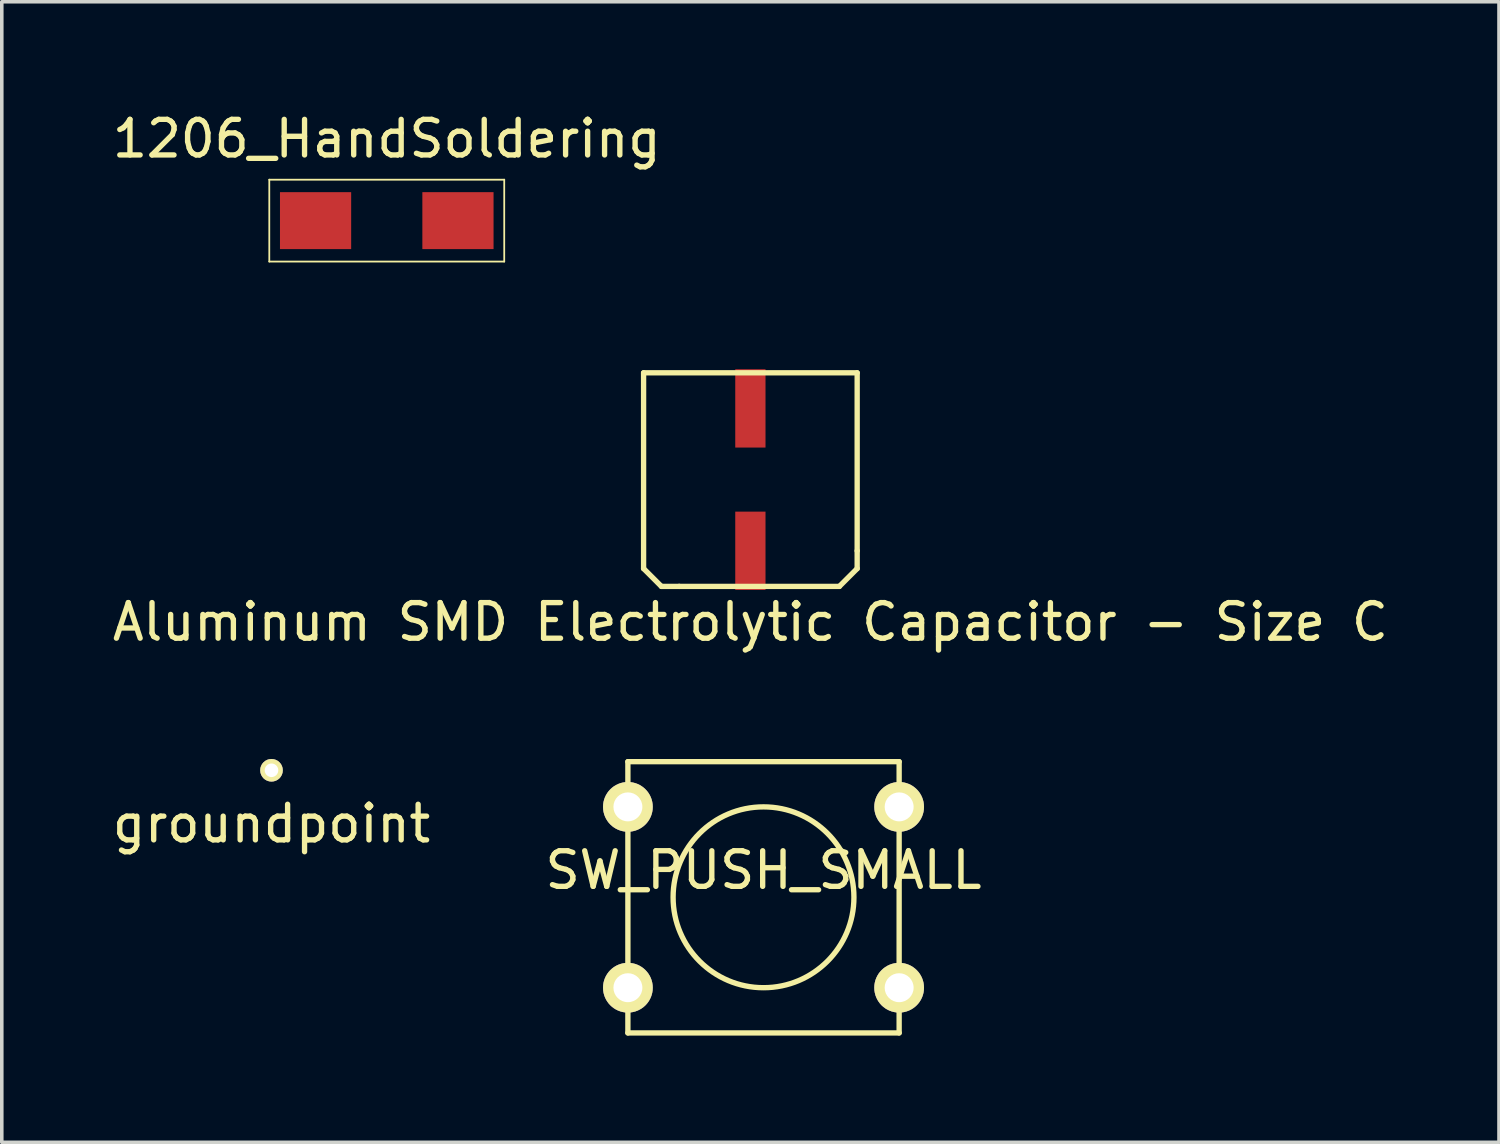
<source format=kicad_pcb>
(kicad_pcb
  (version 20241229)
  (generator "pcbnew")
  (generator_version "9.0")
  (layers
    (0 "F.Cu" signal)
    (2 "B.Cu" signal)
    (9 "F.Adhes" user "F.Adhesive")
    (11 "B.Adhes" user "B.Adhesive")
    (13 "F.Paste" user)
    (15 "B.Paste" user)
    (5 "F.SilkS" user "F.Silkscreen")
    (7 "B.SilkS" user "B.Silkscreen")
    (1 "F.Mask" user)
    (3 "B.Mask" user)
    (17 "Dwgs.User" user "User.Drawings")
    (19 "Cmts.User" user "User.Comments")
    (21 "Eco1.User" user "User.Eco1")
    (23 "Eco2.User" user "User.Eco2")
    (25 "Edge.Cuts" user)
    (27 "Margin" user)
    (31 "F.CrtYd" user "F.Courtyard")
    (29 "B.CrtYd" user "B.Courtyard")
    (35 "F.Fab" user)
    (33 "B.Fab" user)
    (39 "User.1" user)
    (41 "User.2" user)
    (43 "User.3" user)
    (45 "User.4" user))
  (footprint "Aluminum SMD Electrolytic Capacitor - Size C"
    (layer "F.Cu")
    (at 18.03 10.423)
    (property "Reference" "Aluminum SMD Electrolytic Capacitor - Size C" (at 0 4 0) (layer "F.SilkS") (effects (font (size 1 1) (thickness 0.15))))
    (attr smd)
    (fp_line (start -3 -3) (end 3 -3) (stroke (width 0.15) (type solid)) (layer "F.SilkS"))
    (fp_line (start -3 2.5) (end -3 -3) (stroke (width 0.15) (type solid)) (layer "F.SilkS"))
    (fp_line (start -2.5 3) (end -3 2.5) (stroke (width 0.15) (type solid)) (layer "F.SilkS"))
    (fp_line (start -2 3) (end -2.5 3) (stroke (width 0.15) (type solid)) (layer "F.SilkS"))
    (fp_line (start 2.5 3) (end -2 3) (stroke (width 0.15) (type solid)) (layer "F.SilkS"))
    (fp_line (start 3 -3) (end 3 2) (stroke (width 0.15) (type solid)) (layer "F.SilkS"))
    (fp_line (start 3 2) (end 3 2.5) (stroke (width 0.15) (type solid)) (layer "F.SilkS"))
    (fp_line (start 3 2.5) (end 2.5 3) (stroke (width 0.15) (type solid)) (layer "F.SilkS"))
    (pad "1" smd rect (at 0 2) (size 0.85 2.2) (layers "F.Cu" "F.Mask" "F.Paste"))
    (pad "2" smd rect (at 0 -2) (size 0.85 2.2) (layers "F.Cu" "F.Mask" "F.Paste")))
  (footprint "SW_PUSH_SMALL"
    (layer "F.Cu")
    (at 18.399 22.157)
    (property "Reference" "SW_PUSH_SMALL" (at 0 -0.762 0) (layer "F.SilkS") (effects (font (size 1 1) (thickness 0.15))))
    (attr through_hole)
    (fp_line (start -3.81 -3.81) (end -3.81 3.81) (stroke (width 0.15) (type solid)) (layer "F.SilkS"))
    (fp_line (start -3.81 -3.81) (end 3.81 -3.81) (stroke (width 0.15) (type solid)) (layer "F.SilkS"))
    (fp_line (start 3.81 -3.81) (end 3.81 3.81) (stroke (width 0.15) (type solid)) (layer "F.SilkS"))
    (fp_line (start 3.81 3.81) (end -3.81 3.81) (stroke (width 0.15) (type solid)) (layer "F.SilkS"))
    (fp_circle (center 0 0) (end 0 -2.54) (stroke (width 0.15) (type solid)) (fill no) (layer "F.SilkS"))
    (pad "1" thru_hole circle (at -3.81 -2.54) (size 1.397 1.397) (drill 0.813) (layers "*.Cu" "*.Mask" "F.SilkS"))
    (pad "2" thru_hole circle (at 3.81 -2.54) (size 1.397 1.397) (drill 0.813) (layers "*.Cu" "*.Mask" "F.SilkS"))
    (pad "3" thru_hole circle (at -3.81 2.54) (size 1.397 1.397) (drill 0.813) (layers "*.Cu" "*.Mask" "F.SilkS"))
    (pad "4" thru_hole circle (at 3.81 2.54) (size 1.397 1.397) (drill 0.813) (layers "*.Cu" "*.Mask" "F.SilkS")))
  (footprint "groundpoint"
    (layer "F.Cu")
    (at 4.577 18.589)
    (property "Reference" "groundpoint" (at 0 1.5 0) (layer "F.SilkS") (effects (font (size 1 1) (thickness 0.15))))
    (attr through_hole)
    (pad "1" thru_hole circle (at 0 0) (size 0.635 0.635) (drill 0.381) (layers "*.Cu" "*.Mask" "F.SilkS")))
  (footprint "1206_HandSoldering"
    (layer "F.Cu")
    (at 7.815 3.148)
    (property "Reference" "1206_HandSoldering" (at 0 -2.3 0) (layer "F.SilkS") (effects (font (size 1 1) (thickness 0.15))))
    (attr smd)
    (fp_line (start -3.3 -1.15) (end -3.3 1.15) (stroke (width 0.05) (type solid)) (layer "F.SilkS"))
    (fp_line (start -3.3 -1.15) (end 3.3 -1.15) (stroke (width 0.05) (type solid)) (layer "F.SilkS"))
    (fp_line (start -3.3 1.15) (end 3.3 1.15) (stroke (width 0.05) (type solid)) (layer "F.SilkS"))
    (fp_line (start 3.3 -1.15) (end 3.3 1.15) (stroke (width 0.05) (type solid)) (layer "F.SilkS"))
    (pad "1" smd rect (at -2 0) (size 2 1.6) (layers "F.Cu" "F.Mask" "F.Paste"))
    (pad "2" smd rect (at 2 0) (size 2 1.6) (layers "F.Cu" "F.Mask" "F.Paste")))
  (gr_rect
    (start -3 -3)
    (end 39.06 29.041)
    (stroke (width 0.1) (type default))
    (fill no)
    (layer "Edge.Cuts")))
</source>
